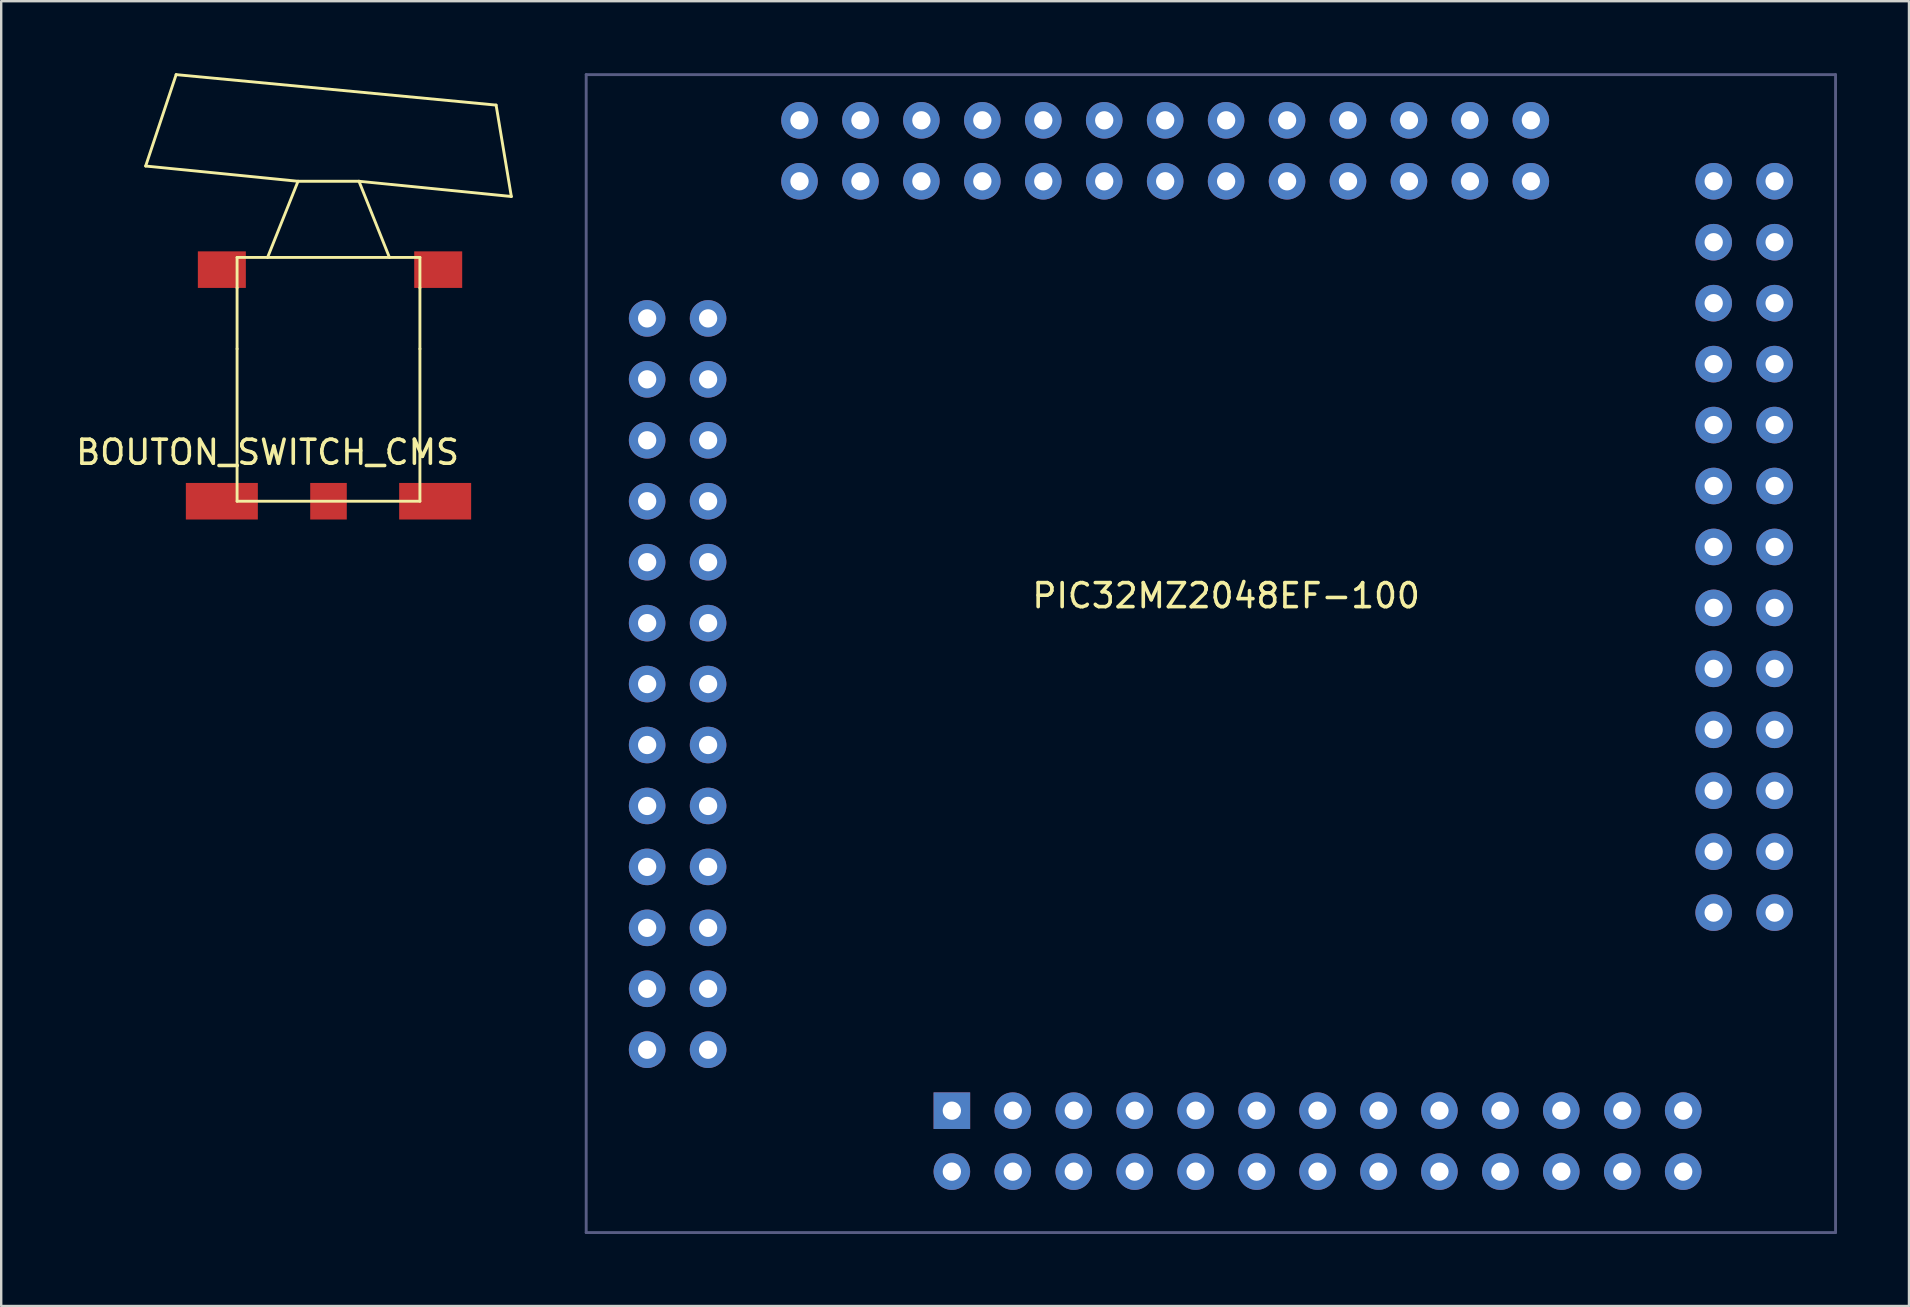
<source format=kicad_pcb>
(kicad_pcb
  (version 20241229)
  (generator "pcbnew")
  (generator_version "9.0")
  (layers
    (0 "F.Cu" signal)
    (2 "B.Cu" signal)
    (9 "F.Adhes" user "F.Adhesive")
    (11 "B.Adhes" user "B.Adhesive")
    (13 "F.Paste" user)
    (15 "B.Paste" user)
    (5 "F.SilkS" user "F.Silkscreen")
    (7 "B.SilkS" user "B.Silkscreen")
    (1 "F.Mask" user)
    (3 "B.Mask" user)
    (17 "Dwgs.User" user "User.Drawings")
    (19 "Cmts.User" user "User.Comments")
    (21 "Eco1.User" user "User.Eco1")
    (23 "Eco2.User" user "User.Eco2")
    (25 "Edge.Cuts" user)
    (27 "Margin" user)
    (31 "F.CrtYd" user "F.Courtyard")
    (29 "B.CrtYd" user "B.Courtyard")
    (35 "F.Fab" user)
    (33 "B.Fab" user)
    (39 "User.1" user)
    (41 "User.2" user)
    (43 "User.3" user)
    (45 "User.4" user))
  (footprint "BOUTON_SWITCH_CMS"
    (layer "F.Cu")
    (at 10.641 15.3)
    (property "Reference" "BOUTON_SWITCH_CMS" (at -2.54 0.5 0) (layer "F.SilkS") (effects (font (size 1 1) (thickness 0.15))))
    (attr through_hole)
    (fp_line (start -7.62 -11.43) (end -6.35 -15.24) (stroke (width 0.12) (type solid)) (layer "F.SilkS"))
    (fp_line (start -6.35 -15.24) (end 6.985 -13.97) (stroke (width 0.12) (type solid)) (layer "F.SilkS"))
    (fp_line (start -3.81 -7.62) (end 3.81 -7.62) (stroke (width 0.12) (type solid)) (layer "F.SilkS"))
    (fp_line (start -3.81 -6.35) (end -3.81 -7.62) (stroke (width 0.12) (type solid)) (layer "F.SilkS"))
    (fp_line (start -3.81 -3.81) (end -3.81 -6.35) (stroke (width 0.12) (type solid)) (layer "F.SilkS"))
    (fp_line (start -3.81 2.54) (end -3.81 -3.81) (stroke (width 0.12) (type solid)) (layer "F.SilkS"))
    (fp_line (start -3.81 2.54) (end 3.81 2.54) (stroke (width 0.12) (type solid)) (layer "F.SilkS"))
    (fp_line (start -2.54 -7.62) (end -1.27 -10.795) (stroke (width 0.12) (type solid)) (layer "F.SilkS"))
    (fp_line (start -1.27 -10.795) (end -7.62 -11.43) (stroke (width 0.12) (type solid)) (layer "F.SilkS"))
    (fp_line (start -1.27 -10.795) (end 1.27 -10.795) (stroke (width 0.12) (type solid)) (layer "F.SilkS"))
    (fp_line (start 1.27 -10.795) (end 2.54 -7.62) (stroke (width 0.12) (type solid)) (layer "F.SilkS"))
    (fp_line (start 3.81 -7.62) (end 3.81 -6.35) (stroke (width 0.12) (type solid)) (layer "F.SilkS"))
    (fp_line (start 3.81 -6.35) (end 3.81 -3.81) (stroke (width 0.12) (type solid)) (layer "F.SilkS"))
    (fp_line (start 3.81 -3.81) (end 3.81 2.54) (stroke (width 0.12) (type solid)) (layer "F.SilkS"))
    (fp_line (start 6.985 -13.97) (end 7.62 -10.16) (stroke (width 0.12) (type solid)) (layer "F.SilkS"))
    (fp_line (start 7.62 -10.16) (end 1.27 -10.795) (stroke (width 0.12) (type solid)) (layer "F.SilkS"))
    (pad "1" smd rect (at -4.445 2.54) (size 3 1.524) (layers "F.Cu" "F.Mask" "F.Paste"))
    (pad "2" smd rect (at 0 2.54) (size 1.524 1.524) (layers "F.Cu" "F.Mask" "F.Paste"))
    (pad "3" smd rect (at 4.445 2.54) (size 3 1.524) (layers "F.Cu" "F.Mask" "F.Paste"))
    (pad "4" smd rect (at -4.445 -7.112) (size 2 1.524) (layers "F.Cu" "F.Mask" "F.Paste"))
    (pad "5" smd rect (at 4.572 -7.112) (size 2 1.524) (layers "F.Cu" "F.Mask" "F.Paste")))
  (footprint "PIC32MZ2048EF-100"
    (layer "F.Cu")
    (at 68.371 32.699)
    (property "Reference" "PIC32MZ2048EF-100" (at -20.32 -10.922 0) (layer "F.SilkS") (effects (font (size 1 1) (thickness 0.15))))
    (attr through_hole)
    (fp_line (start -46.99 -32.639) (end 5.08 -32.639) (stroke (width 0.12) (type solid)) (layer "B.Fab"))
    (fp_line (start -46.99 15.621) (end -46.99 -32.639) (stroke (width 0.12) (type solid)) (layer "B.Fab"))
    (fp_line (start 5.08 -32.639) (end 5.08 15.621) (stroke (width 0.12) (type solid)) (layer "B.Fab"))
    (fp_line (start 5.08 15.621) (end -46.99 15.621) (stroke (width 0.12) (type solid)) (layer "B.Fab"))
    (pad "1" thru_hole rect (at -31.75 10.541) (size 1.524 1.524) (drill 0.762) (layers "*.Cu" "*.Mask"))
    (pad "2" thru_hole circle (at -31.75 13.081) (size 1.524 1.524) (drill 0.762) (layers "*.Cu" "*.Mask"))
    (pad "3" thru_hole circle (at -29.21 10.541) (size 1.524 1.524) (drill 0.762) (layers "*.Cu" "*.Mask"))
    (pad "4" thru_hole circle (at -29.21 13.081) (size 1.524 1.524) (drill 0.762) (layers "*.Cu" "*.Mask"))
    (pad "5" thru_hole circle (at -26.67 10.541) (size 1.524 1.524) (drill 0.762) (layers "*.Cu" "*.Mask"))
    (pad "6" thru_hole circle (at -26.67 13.081) (size 1.524 1.524) (drill 0.762) (layers "*.Cu" "*.Mask"))
    (pad "7" thru_hole circle (at -24.13 10.541) (size 1.524 1.524) (drill 0.762) (layers "*.Cu" "*.Mask"))
    (pad "8" thru_hole circle (at -24.13 13.081) (size 1.524 1.524) (drill 0.762) (layers "*.Cu" "*.Mask"))
    (pad "9" thru_hole circle (at -21.59 10.541) (size 1.524 1.524) (drill 0.762) (layers "*.Cu" "*.Mask"))
    (pad "10" thru_hole circle (at -21.59 13.081) (size 1.524 1.524) (drill 0.762) (layers "*.Cu" "*.Mask"))
    (pad "11" thru_hole circle (at -19.05 10.541) (size 1.524 1.524) (drill 0.762) (layers "*.Cu" "*.Mask"))
    (pad "12" thru_hole circle (at -19.05 13.081) (size 1.524 1.524) (drill 0.762) (layers "*.Cu" "*.Mask"))
    (pad "13" thru_hole circle (at -16.51 10.541) (size 1.524 1.524) (drill 0.762) (layers "*.Cu" "*.Mask"))
    (pad "14" thru_hole circle (at -16.51 13.081) (size 1.524 1.524) (drill 0.762) (layers "*.Cu" "*.Mask"))
    (pad "15" thru_hole circle (at -13.97 10.541) (size 1.524 1.524) (drill 0.762) (layers "*.Cu" "*.Mask"))
    (pad "16" thru_hole circle (at -13.97 13.081) (size 1.524 1.524) (drill 0.762) (layers "*.Cu" "*.Mask"))
    (pad "17" thru_hole circle (at -11.43 10.541) (size 1.524 1.524) (drill 0.762) (layers "*.Cu" "*.Mask"))
    (pad "18" thru_hole circle (at -11.43 13.081) (size 1.524 1.524) (drill 0.762) (layers "*.Cu" "*.Mask"))
    (pad "19" thru_hole circle (at -8.89 10.541) (size 1.524 1.524) (drill 0.762) (layers "*.Cu" "*.Mask"))
    (pad "20" thru_hole circle (at -8.89 13.081) (size 1.524 1.524) (drill 0.762) (layers "*.Cu" "*.Mask"))
    (pad "21" thru_hole circle (at -6.35 10.541) (size 1.524 1.524) (drill 0.762) (layers "*.Cu" "*.Mask"))
    (pad "22" thru_hole circle (at -6.35 13.081) (size 1.524 1.524) (drill 0.762) (layers "*.Cu" "*.Mask"))
    (pad "23" thru_hole circle (at -3.81 10.541) (size 1.524 1.524) (drill 0.762) (layers "*.Cu" "*.Mask"))
    (pad "24" thru_hole circle (at -3.81 13.081) (size 1.524 1.524) (drill 0.762) (layers "*.Cu" "*.Mask"))
    (pad "25" thru_hole circle (at -1.27 10.541) (size 1.524 1.524) (drill 0.762) (layers "*.Cu" "*.Mask"))
    (pad "26" thru_hole circle (at -1.27 13.081) (size 1.524 1.524) (drill 0.762) (layers "*.Cu" "*.Mask"))
    (pad "27" thru_hole circle (at 0 2.286) (size 1.524 1.524) (drill 0.762) (layers "*.Cu" "*.Mask"))
    (pad "28" thru_hole circle (at 2.54 2.286) (size 1.524 1.524) (drill 0.762) (layers "*.Cu" "*.Mask"))
    (pad "29" thru_hole circle (at 0 -0.254) (size 1.524 1.524) (drill 0.762) (layers "*.Cu" "*.Mask"))
    (pad "30" thru_hole circle (at 2.54 -0.254) (size 1.524 1.524) (drill 0.762) (layers "*.Cu" "*.Mask"))
    (pad "31" thru_hole circle (at 0 -2.794) (size 1.524 1.524) (drill 0.762) (layers "*.Cu" "*.Mask"))
    (pad "32" thru_hole circle (at 2.54 -2.794) (size 1.524 1.524) (drill 0.762) (layers "*.Cu" "*.Mask"))
    (pad "33" thru_hole circle (at 0 -5.334) (size 1.524 1.524) (drill 0.762) (layers "*.Cu" "*.Mask"))
    (pad "34" thru_hole circle (at 2.54 -5.334) (size 1.524 1.524) (drill 0.762) (layers "*.Cu" "*.Mask"))
    (pad "35" thru_hole circle (at 0 -7.874) (size 1.524 1.524) (drill 0.762) (layers "*.Cu" "*.Mask"))
    (pad "36" thru_hole circle (at 2.54 -7.874) (size 1.524 1.524) (drill 0.762) (layers "*.Cu" "*.Mask"))
    (pad "37" thru_hole circle (at 0 -10.414) (size 1.524 1.524) (drill 0.762) (layers "*.Cu" "*.Mask"))
    (pad "38" thru_hole circle (at 2.54 -10.414) (size 1.524 1.524) (drill 0.762) (layers "*.Cu" "*.Mask"))
    (pad "39" thru_hole circle (at 0 -12.954) (size 1.524 1.524) (drill 0.762) (layers "*.Cu" "*.Mask"))
    (pad "40" thru_hole circle (at 2.54 -12.954) (size 1.524 1.524) (drill 0.762) (layers "*.Cu" "*.Mask"))
    (pad "41" thru_hole circle (at 0 -15.494) (size 1.524 1.524) (drill 0.762) (layers "*.Cu" "*.Mask"))
    (pad "42" thru_hole circle (at 2.54 -15.494) (size 1.524 1.524) (drill 0.762) (layers "*.Cu" "*.Mask"))
    (pad "43" thru_hole circle (at 0 -18.034) (size 1.524 1.524) (drill 0.762) (layers "*.Cu" "*.Mask"))
    (pad "44" thru_hole circle (at 2.54 -18.034) (size 1.524 1.524) (drill 0.762) (layers "*.Cu" "*.Mask"))
    (pad "45" thru_hole circle (at 0 -20.574) (size 1.524 1.524) (drill 0.762) (layers "*.Cu" "*.Mask"))
    (pad "46" thru_hole circle (at 2.54 -20.574) (size 1.524 1.524) (drill 0.762) (layers "*.Cu" "*.Mask"))
    (pad "47" thru_hole circle (at 0 -23.114) (size 1.524 1.524) (drill 0.762) (layers "*.Cu" "*.Mask"))
    (pad "48" thru_hole circle (at 2.54 -23.114) (size 1.524 1.524) (drill 0.762) (layers "*.Cu" "*.Mask"))
    (pad "49" thru_hole circle (at 0 -25.654) (size 1.524 1.524) (drill 0.762) (layers "*.Cu" "*.Mask"))
    (pad "50" thru_hole circle (at 2.54 -25.654) (size 1.524 1.524) (drill 0.762) (layers "*.Cu" "*.Mask"))
    (pad "51" thru_hole circle (at 0 -28.194) (size 1.524 1.524) (drill 0.762) (layers "*.Cu" "*.Mask"))
    (pad "52" thru_hole circle (at 2.54 -28.194) (size 1.524 1.524) (drill 0.762) (layers "*.Cu" "*.Mask"))
    (pad "53" thru_hole circle (at -7.62 -28.194) (size 1.524 1.524) (drill 0.762) (layers "*.Cu" "*.Mask"))
    (pad "54" thru_hole circle (at -7.62 -30.734) (size 1.524 1.524) (drill 0.762) (layers "*.Cu" "*.Mask"))
    (pad "55" thru_hole circle (at -10.16 -28.194) (size 1.524 1.524) (drill 0.762) (layers "*.Cu" "*.Mask"))
    (pad "56" thru_hole circle (at -10.16 -30.734) (size 1.524 1.524) (drill 0.762) (layers "*.Cu" "*.Mask"))
    (pad "57" thru_hole circle (at -12.7 -28.194) (size 1.524 1.524) (drill 0.762) (layers "*.Cu" "*.Mask"))
    (pad "58" thru_hole circle (at -12.7 -30.734) (size 1.524 1.524) (drill 0.762) (layers "*.Cu" "*.Mask"))
    (pad "59" thru_hole circle (at -15.24 -28.194) (size 1.524 1.524) (drill 0.762) (layers "*.Cu" "*.Mask"))
    (pad "60" thru_hole circle (at -15.24 -30.734) (size 1.524 1.524) (drill 0.762) (layers "*.Cu" "*.Mask"))
    (pad "61" thru_hole circle (at -17.78 -28.194) (size 1.524 1.524) (drill 0.762) (layers "*.Cu" "*.Mask"))
    (pad "62" thru_hole circle (at -17.78 -30.734) (size 1.524 1.524) (drill 0.762) (layers "*.Cu" "*.Mask"))
    (pad "63" thru_hole circle (at -20.32 -28.194) (size 1.524 1.524) (drill 0.762) (layers "*.Cu" "*.Mask"))
    (pad "64" thru_hole circle (at -20.32 -30.734) (size 1.524 1.524) (drill 0.762) (layers "*.Cu" "*.Mask"))
    (pad "65" thru_hole circle (at -22.86 -28.194) (size 1.524 1.524) (drill 0.762) (layers "*.Cu" "*.Mask"))
    (pad "66" thru_hole circle (at -22.86 -30.734) (size 1.524 1.524) (drill 0.762) (layers "*.Cu" "*.Mask"))
    (pad "67" thru_hole circle (at -25.4 -28.194) (size 1.524 1.524) (drill 0.762) (layers "*.Cu" "*.Mask"))
    (pad "68" thru_hole circle (at -25.4 -30.734) (size 1.524 1.524) (drill 0.762) (layers "*.Cu" "*.Mask"))
    (pad "69" thru_hole circle (at -27.94 -28.194) (size 1.524 1.524) (drill 0.762) (layers "*.Cu" "*.Mask"))
    (pad "70" thru_hole circle (at -27.94 -30.734) (size 1.524 1.524) (drill 0.762) (layers "*.Cu" "*.Mask"))
    (pad "71" thru_hole circle (at -30.48 -28.194) (size 1.524 1.524) (drill 0.762) (layers "*.Cu" "*.Mask"))
    (pad "72" thru_hole circle (at -30.48 -30.734) (size 1.524 1.524) (drill 0.762) (layers "*.Cu" "*.Mask"))
    (pad "73" thru_hole circle (at -33.02 -28.194) (size 1.524 1.524) (drill 0.762) (layers "*.Cu" "*.Mask"))
    (pad "74" thru_hole circle (at -33.02 -30.734) (size 1.524 1.524) (drill 0.762) (layers "*.Cu" "*.Mask"))
    (pad "75" thru_hole circle (at -35.56 -28.194) (size 1.524 1.524) (drill 0.762) (layers "*.Cu" "*.Mask"))
    (pad "76" thru_hole circle (at -35.56 -30.734) (size 1.524 1.524) (drill 0.762) (layers "*.Cu" "*.Mask"))
    (pad "77" thru_hole circle (at -38.1 -28.194) (size 1.524 1.524) (drill 0.762) (layers "*.Cu" "*.Mask"))
    (pad "78" thru_hole circle (at -38.1 -30.734) (size 1.524 1.524) (drill 0.762) (layers "*.Cu" "*.Mask"))
    (pad "79" thru_hole circle (at -41.91 -22.479) (size 1.524 1.524) (drill 0.762) (layers "*.Cu" "*.Mask"))
    (pad "80" thru_hole circle (at -44.45 -22.479) (size 1.524 1.524) (drill 0.762) (layers "*.Cu" "*.Mask"))
    (pad "81" thru_hole circle (at -41.91 -19.939) (size 1.524 1.524) (drill 0.762) (layers "*.Cu" "*.Mask"))
    (pad "82" thru_hole circle (at -44.45 -19.939) (size 1.524 1.524) (drill 0.762) (layers "*.Cu" "*.Mask"))
    (pad "83" thru_hole circle (at -41.91 -17.399) (size 1.524 1.524) (drill 0.762) (layers "*.Cu" "*.Mask"))
    (pad "84" thru_hole circle (at -44.45 -17.399) (size 1.524 1.524) (drill 0.762) (layers "*.Cu" "*.Mask"))
    (pad "85" thru_hole circle (at -41.91 -14.859) (size 1.524 1.524) (drill 0.762) (layers "*.Cu" "*.Mask"))
    (pad "86" thru_hole circle (at -44.45 -14.859) (size 1.524 1.524) (drill 0.762) (layers "*.Cu" "*.Mask"))
    (pad "87" thru_hole circle (at -41.91 -12.319) (size 1.524 1.524) (drill 0.762) (layers "*.Cu" "*.Mask"))
    (pad "88" thru_hole circle (at -44.45 -12.319) (size 1.524 1.524) (drill 0.762) (layers "*.Cu" "*.Mask"))
    (pad "89" thru_hole circle (at -41.91 -9.779) (size 1.524 1.524) (drill 0.762) (layers "*.Cu" "*.Mask"))
    (pad "90" thru_hole circle (at -44.45 -9.779) (size 1.524 1.524) (drill 0.762) (layers "*.Cu" "*.Mask"))
    (pad "91" thru_hole circle (at -41.91 -7.239) (size 1.524 1.524) (drill 0.762) (layers "*.Cu" "*.Mask"))
    (pad "92" thru_hole circle (at -44.45 -7.239) (size 1.524 1.524) (drill 0.762) (layers "*.Cu" "*.Mask"))
    (pad "93" thru_hole circle (at -41.91 -4.699) (size 1.524 1.524) (drill 0.762) (layers "*.Cu" "*.Mask"))
    (pad "94" thru_hole circle (at -44.45 -4.699) (size 1.524 1.524) (drill 0.762) (layers "*.Cu" "*.Mask"))
    (pad "95" thru_hole circle (at -41.91 -2.159) (size 1.524 1.524) (drill 0.762) (layers "*.Cu" "*.Mask"))
    (pad "96" thru_hole circle (at -44.45 -2.159) (size 1.524 1.524) (drill 0.762) (layers "*.Cu" "*.Mask"))
    (pad "97" thru_hole circle (at -41.91 0.381) (size 1.524 1.524) (drill 0.762) (layers "*.Cu" "*.Mask"))
    (pad "98" thru_hole circle (at -44.45 0.381) (size 1.524 1.524) (drill 0.762) (layers "*.Cu" "*.Mask"))
    (pad "99" thru_hole circle (at -41.91 2.921) (size 1.524 1.524) (drill 0.762) (layers "*.Cu" "*.Mask"))
    (pad "100" thru_hole circle (at -44.45 2.921) (size 1.524 1.524) (drill 0.762) (layers "*.Cu" "*.Mask"))
    (pad "101" thru_hole circle (at -41.91 5.461) (size 1.524 1.524) (drill 0.762) (layers "*.Cu" "*.Mask"))
    (pad "102" thru_hole circle (at -44.45 5.461) (size 1.524 1.524) (drill 0.762) (layers "*.Cu" "*.Mask"))
    (pad "103" thru_hole circle (at -41.91 8.001) (size 1.524 1.524) (drill 0.762) (layers "*.Cu" "*.Mask"))
    (pad "104" thru_hole circle (at -44.45 8.001) (size 1.524 1.524) (drill 0.762) (layers "*.Cu" "*.Mask")))
  (gr_rect
    (start -3 -3)
    (end 76.511 51.38)
    (stroke (width 0.1) (type default))
    (fill no)
    (layer "Edge.Cuts")))
</source>
